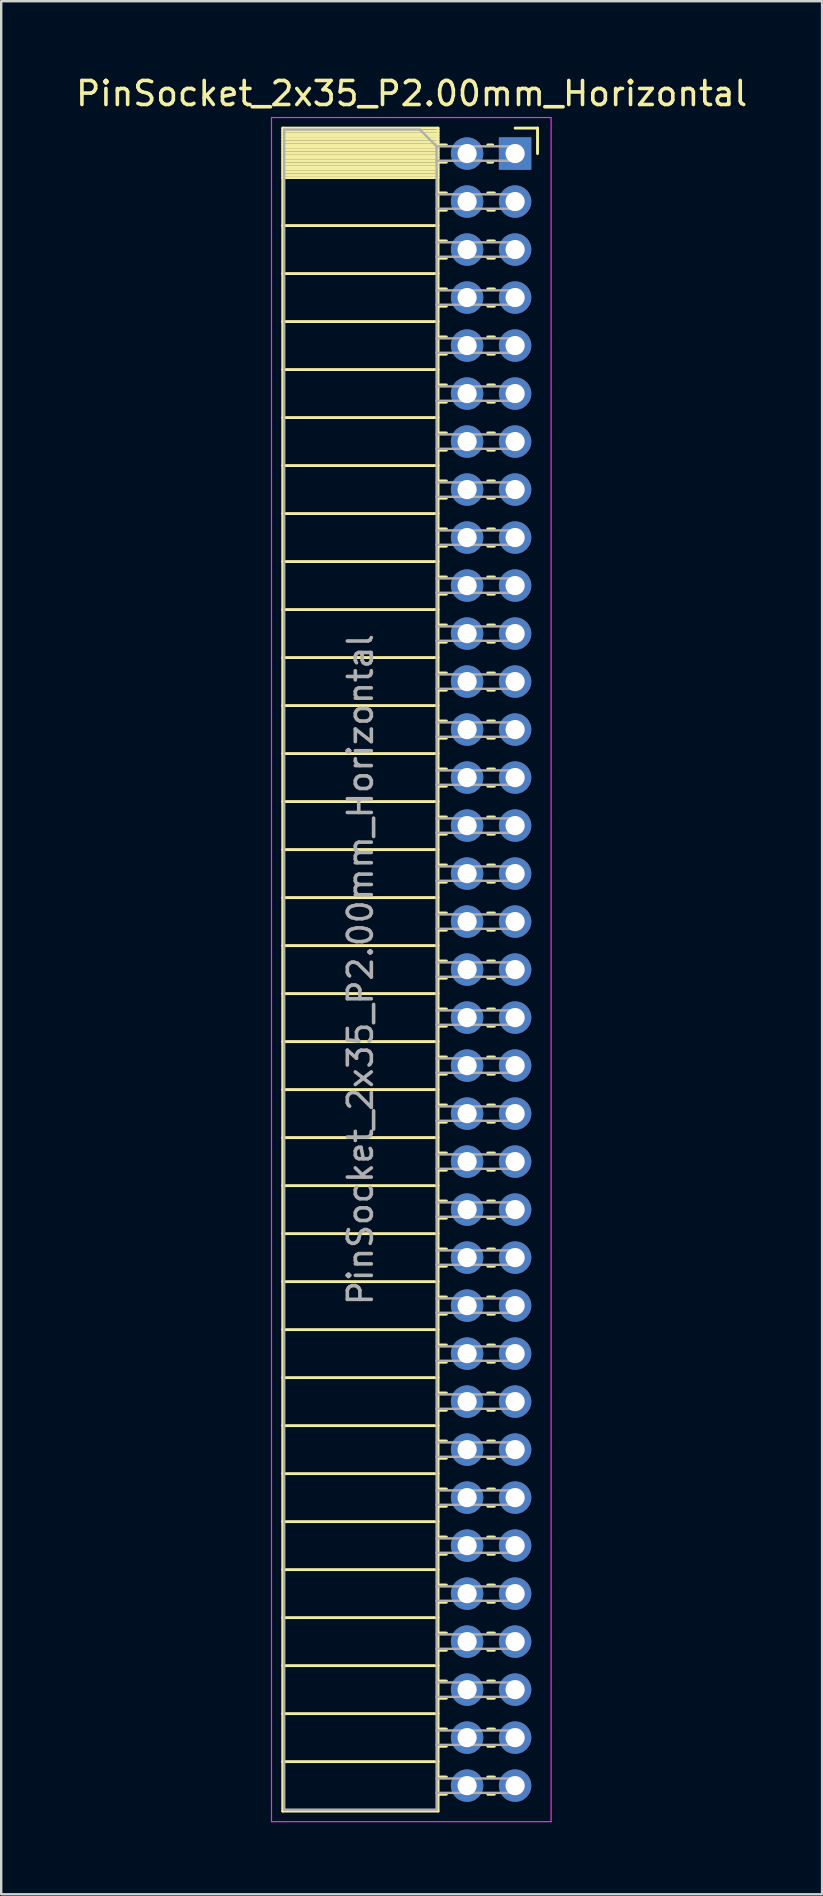
<source format=kicad_pcb>
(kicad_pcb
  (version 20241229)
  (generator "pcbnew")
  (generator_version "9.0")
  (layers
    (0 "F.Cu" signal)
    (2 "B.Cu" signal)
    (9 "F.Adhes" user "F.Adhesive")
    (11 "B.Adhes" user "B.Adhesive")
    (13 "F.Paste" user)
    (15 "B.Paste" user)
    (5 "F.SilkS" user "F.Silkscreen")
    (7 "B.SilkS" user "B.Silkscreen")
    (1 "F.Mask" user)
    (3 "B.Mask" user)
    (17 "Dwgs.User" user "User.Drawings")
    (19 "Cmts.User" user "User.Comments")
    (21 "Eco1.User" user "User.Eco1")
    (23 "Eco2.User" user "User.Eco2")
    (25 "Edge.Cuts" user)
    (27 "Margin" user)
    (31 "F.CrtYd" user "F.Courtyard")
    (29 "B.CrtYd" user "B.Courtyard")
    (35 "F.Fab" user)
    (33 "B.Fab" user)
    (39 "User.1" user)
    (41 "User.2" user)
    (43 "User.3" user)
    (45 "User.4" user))
  (footprint "PinSocket_2x35_P2.00mm_Horizontal"
    (layer "F.Cu")
    (at 18.411 3.348)
    (property "Reference" "PinSocket_2x35_P2.00mm_Horizontal" (at -4.31 -2.5 0) (layer "F.SilkS") (effects (font (size 1 1) (thickness 0.15))))
    (attr through_hole)
    (fp_line (start -9.68 -1.06) (end -9.68 69.06) (stroke (width 0.12) (type solid)) (layer "F.SilkS"))
    (fp_line (start -9.68 -1.06) (end -3.21 -1.06) (stroke (width 0.12) (type solid)) (layer "F.SilkS"))
    (fp_line (start -9.68 -0.94) (end -3.21 -0.94) (stroke (width 0.12) (type solid)) (layer "F.SilkS"))
    (fp_line (start -9.68 -0.826) (end -3.21 -0.826) (stroke (width 0.12) (type solid)) (layer "F.SilkS"))
    (fp_line (start -9.68 -0.712) (end -3.21 -0.712) (stroke (width 0.12) (type solid)) (layer "F.SilkS"))
    (fp_line (start -9.68 -0.598) (end -3.21 -0.598) (stroke (width 0.12) (type solid)) (layer "F.SilkS"))
    (fp_line (start -9.68 -0.484) (end -3.21 -0.484) (stroke (width 0.12) (type solid)) (layer "F.SilkS"))
    (fp_line (start -9.68 -0.369) (end -3.21 -0.369) (stroke (width 0.12) (type solid)) (layer "F.SilkS"))
    (fp_line (start -9.68 -0.255) (end -3.21 -0.255) (stroke (width 0.12) (type solid)) (layer "F.SilkS"))
    (fp_line (start -9.68 -0.141) (end -3.21 -0.141) (stroke (width 0.12) (type solid)) (layer "F.SilkS"))
    (fp_line (start -9.68 -0.027) (end -3.21 -0.027) (stroke (width 0.12) (type solid)) (layer "F.SilkS"))
    (fp_line (start -9.68 0.087) (end -3.21 0.087) (stroke (width 0.12) (type solid)) (layer "F.SilkS"))
    (fp_line (start -9.68 0.201) (end -3.21 0.201) (stroke (width 0.12) (type solid)) (layer "F.SilkS"))
    (fp_line (start -9.68 0.315) (end -3.21 0.315) (stroke (width 0.12) (type solid)) (layer "F.SilkS"))
    (fp_line (start -9.68 0.429) (end -3.21 0.429) (stroke (width 0.12) (type solid)) (layer "F.SilkS"))
    (fp_line (start -9.68 0.544) (end -3.21 0.544) (stroke (width 0.12) (type solid)) (layer "F.SilkS"))
    (fp_line (start -9.68 0.658) (end -3.21 0.658) (stroke (width 0.12) (type solid)) (layer "F.SilkS"))
    (fp_line (start -9.68 0.772) (end -3.21 0.772) (stroke (width 0.12) (type solid)) (layer "F.SilkS"))
    (fp_line (start -9.68 0.886) (end -3.21 0.886) (stroke (width 0.12) (type solid)) (layer "F.SilkS"))
    (fp_line (start -9.68 1) (end -3.21 1) (stroke (width 0.12) (type solid)) (layer "F.SilkS"))
    (fp_line (start -9.68 3) (end -3.21 3) (stroke (width 0.12) (type solid)) (layer "F.SilkS"))
    (fp_line (start -9.68 5) (end -3.21 5) (stroke (width 0.12) (type solid)) (layer "F.SilkS"))
    (fp_line (start -9.68 7) (end -3.21 7) (stroke (width 0.12) (type solid)) (layer "F.SilkS"))
    (fp_line (start -9.68 9) (end -3.21 9) (stroke (width 0.12) (type solid)) (layer "F.SilkS"))
    (fp_line (start -9.68 11) (end -3.21 11) (stroke (width 0.12) (type solid)) (layer "F.SilkS"))
    (fp_line (start -9.68 13) (end -3.21 13) (stroke (width 0.12) (type solid)) (layer "F.SilkS"))
    (fp_line (start -9.68 15) (end -3.21 15) (stroke (width 0.12) (type solid)) (layer "F.SilkS"))
    (fp_line (start -9.68 17) (end -3.21 17) (stroke (width 0.12) (type solid)) (layer "F.SilkS"))
    (fp_line (start -9.68 19) (end -3.21 19) (stroke (width 0.12) (type solid)) (layer "F.SilkS"))
    (fp_line (start -9.68 21) (end -3.21 21) (stroke (width 0.12) (type solid)) (layer "F.SilkS"))
    (fp_line (start -9.68 23) (end -3.21 23) (stroke (width 0.12) (type solid)) (layer "F.SilkS"))
    (fp_line (start -9.68 25) (end -3.21 25) (stroke (width 0.12) (type solid)) (layer "F.SilkS"))
    (fp_line (start -9.68 27) (end -3.21 27) (stroke (width 0.12) (type solid)) (layer "F.SilkS"))
    (fp_line (start -9.68 29) (end -3.21 29) (stroke (width 0.12) (type solid)) (layer "F.SilkS"))
    (fp_line (start -9.68 31) (end -3.21 31) (stroke (width 0.12) (type solid)) (layer "F.SilkS"))
    (fp_line (start -9.68 33) (end -3.21 33) (stroke (width 0.12) (type solid)) (layer "F.SilkS"))
    (fp_line (start -9.68 35) (end -3.21 35) (stroke (width 0.12) (type solid)) (layer "F.SilkS"))
    (fp_line (start -9.68 37) (end -3.21 37) (stroke (width 0.12) (type solid)) (layer "F.SilkS"))
    (fp_line (start -9.68 39) (end -3.21 39) (stroke (width 0.12) (type solid)) (layer "F.SilkS"))
    (fp_line (start -9.68 41) (end -3.21 41) (stroke (width 0.12) (type solid)) (layer "F.SilkS"))
    (fp_line (start -9.68 43) (end -3.21 43) (stroke (width 0.12) (type solid)) (layer "F.SilkS"))
    (fp_line (start -9.68 45) (end -3.21 45) (stroke (width 0.12) (type solid)) (layer "F.SilkS"))
    (fp_line (start -9.68 47) (end -3.21 47) (stroke (width 0.12) (type solid)) (layer "F.SilkS"))
    (fp_line (start -9.68 49) (end -3.21 49) (stroke (width 0.12) (type solid)) (layer "F.SilkS"))
    (fp_line (start -9.68 51) (end -3.21 51) (stroke (width 0.12) (type solid)) (layer "F.SilkS"))
    (fp_line (start -9.68 53) (end -3.21 53) (stroke (width 0.12) (type solid)) (layer "F.SilkS"))
    (fp_line (start -9.68 55) (end -3.21 55) (stroke (width 0.12) (type solid)) (layer "F.SilkS"))
    (fp_line (start -9.68 57) (end -3.21 57) (stroke (width 0.12) (type solid)) (layer "F.SilkS"))
    (fp_line (start -9.68 59) (end -3.21 59) (stroke (width 0.12) (type solid)) (layer "F.SilkS"))
    (fp_line (start -9.68 61) (end -3.21 61) (stroke (width 0.12) (type solid)) (layer "F.SilkS"))
    (fp_line (start -9.68 63) (end -3.21 63) (stroke (width 0.12) (type solid)) (layer "F.SilkS"))
    (fp_line (start -9.68 65) (end -3.21 65) (stroke (width 0.12) (type solid)) (layer "F.SilkS"))
    (fp_line (start -9.68 67) (end -3.21 67) (stroke (width 0.12) (type solid)) (layer "F.SilkS"))
    (fp_line (start -9.68 69.06) (end -3.21 69.06) (stroke (width 0.12) (type solid)) (layer "F.SilkS"))
    (fp_line (start -3.21 -1.06) (end -3.21 69.06) (stroke (width 0.12) (type solid)) (layer "F.SilkS"))
    (fp_line (start -3.21 -0.36) (end -2.863 -0.36) (stroke (width 0.12) (type solid)) (layer "F.SilkS"))
    (fp_line (start -3.21 0.36) (end -2.863 0.36) (stroke (width 0.12) (type solid)) (layer "F.SilkS"))
    (fp_line (start -3.21 1.64) (end -2.863 1.64) (stroke (width 0.12) (type solid)) (layer "F.SilkS"))
    (fp_line (start -3.21 2.36) (end -2.863 2.36) (stroke (width 0.12) (type solid)) (layer "F.SilkS"))
    (fp_line (start -3.21 3.64) (end -2.863 3.64) (stroke (width 0.12) (type solid)) (layer "F.SilkS"))
    (fp_line (start -3.21 4.36) (end -2.863 4.36) (stroke (width 0.12) (type solid)) (layer "F.SilkS"))
    (fp_line (start -3.21 5.64) (end -2.863 5.64) (stroke (width 0.12) (type solid)) (layer "F.SilkS"))
    (fp_line (start -3.21 6.36) (end -2.863 6.36) (stroke (width 0.12) (type solid)) (layer "F.SilkS"))
    (fp_line (start -3.21 7.64) (end -2.863 7.64) (stroke (width 0.12) (type solid)) (layer "F.SilkS"))
    (fp_line (start -3.21 8.36) (end -2.863 8.36) (stroke (width 0.12) (type solid)) (layer "F.SilkS"))
    (fp_line (start -3.21 9.64) (end -2.863 9.64) (stroke (width 0.12) (type solid)) (layer "F.SilkS"))
    (fp_line (start -3.21 10.36) (end -2.863 10.36) (stroke (width 0.12) (type solid)) (layer "F.SilkS"))
    (fp_line (start -3.21 11.64) (end -2.863 11.64) (stroke (width 0.12) (type solid)) (layer "F.SilkS"))
    (fp_line (start -3.21 12.36) (end -2.863 12.36) (stroke (width 0.12) (type solid)) (layer "F.SilkS"))
    (fp_line (start -3.21 13.64) (end -2.863 13.64) (stroke (width 0.12) (type solid)) (layer "F.SilkS"))
    (fp_line (start -3.21 14.36) (end -2.863 14.36) (stroke (width 0.12) (type solid)) (layer "F.SilkS"))
    (fp_line (start -3.21 15.64) (end -2.863 15.64) (stroke (width 0.12) (type solid)) (layer "F.SilkS"))
    (fp_line (start -3.21 16.36) (end -2.863 16.36) (stroke (width 0.12) (type solid)) (layer "F.SilkS"))
    (fp_line (start -3.21 17.64) (end -2.863 17.64) (stroke (width 0.12) (type solid)) (layer "F.SilkS"))
    (fp_line (start -3.21 18.36) (end -2.863 18.36) (stroke (width 0.12) (type solid)) (layer "F.SilkS"))
    (fp_line (start -3.21 19.64) (end -2.863 19.64) (stroke (width 0.12) (type solid)) (layer "F.SilkS"))
    (fp_line (start -3.21 20.36) (end -2.863 20.36) (stroke (width 0.12) (type solid)) (layer "F.SilkS"))
    (fp_line (start -3.21 21.64) (end -2.863 21.64) (stroke (width 0.12) (type solid)) (layer "F.SilkS"))
    (fp_line (start -3.21 22.36) (end -2.863 22.36) (stroke (width 0.12) (type solid)) (layer "F.SilkS"))
    (fp_line (start -3.21 23.64) (end -2.863 23.64) (stroke (width 0.12) (type solid)) (layer "F.SilkS"))
    (fp_line (start -3.21 24.36) (end -2.863 24.36) (stroke (width 0.12) (type solid)) (layer "F.SilkS"))
    (fp_line (start -3.21 25.64) (end -2.863 25.64) (stroke (width 0.12) (type solid)) (layer "F.SilkS"))
    (fp_line (start -3.21 26.36) (end -2.863 26.36) (stroke (width 0.12) (type solid)) (layer "F.SilkS"))
    (fp_line (start -3.21 27.64) (end -2.863 27.64) (stroke (width 0.12) (type solid)) (layer "F.SilkS"))
    (fp_line (start -3.21 28.36) (end -2.863 28.36) (stroke (width 0.12) (type solid)) (layer "F.SilkS"))
    (fp_line (start -3.21 29.64) (end -2.863 29.64) (stroke (width 0.12) (type solid)) (layer "F.SilkS"))
    (fp_line (start -3.21 30.36) (end -2.863 30.36) (stroke (width 0.12) (type solid)) (layer "F.SilkS"))
    (fp_line (start -3.21 31.64) (end -2.863 31.64) (stroke (width 0.12) (type solid)) (layer "F.SilkS"))
    (fp_line (start -3.21 32.36) (end -2.863 32.36) (stroke (width 0.12) (type solid)) (layer "F.SilkS"))
    (fp_line (start -3.21 33.64) (end -2.863 33.64) (stroke (width 0.12) (type solid)) (layer "F.SilkS"))
    (fp_line (start -3.21 34.36) (end -2.863 34.36) (stroke (width 0.12) (type solid)) (layer "F.SilkS"))
    (fp_line (start -3.21 35.64) (end -2.863 35.64) (stroke (width 0.12) (type solid)) (layer "F.SilkS"))
    (fp_line (start -3.21 36.36) (end -2.863 36.36) (stroke (width 0.12) (type solid)) (layer "F.SilkS"))
    (fp_line (start -3.21 37.64) (end -2.863 37.64) (stroke (width 0.12) (type solid)) (layer "F.SilkS"))
    (fp_line (start -3.21 38.36) (end -2.863 38.36) (stroke (width 0.12) (type solid)) (layer "F.SilkS"))
    (fp_line (start -3.21 39.64) (end -2.863 39.64) (stroke (width 0.12) (type solid)) (layer "F.SilkS"))
    (fp_line (start -3.21 40.36) (end -2.863 40.36) (stroke (width 0.12) (type solid)) (layer "F.SilkS"))
    (fp_line (start -3.21 41.64) (end -2.863 41.64) (stroke (width 0.12) (type solid)) (layer "F.SilkS"))
    (fp_line (start -3.21 42.36) (end -2.863 42.36) (stroke (width 0.12) (type solid)) (layer "F.SilkS"))
    (fp_line (start -3.21 43.64) (end -2.863 43.64) (stroke (width 0.12) (type solid)) (layer "F.SilkS"))
    (fp_line (start -3.21 44.36) (end -2.863 44.36) (stroke (width 0.12) (type solid)) (layer "F.SilkS"))
    (fp_line (start -3.21 45.64) (end -2.863 45.64) (stroke (width 0.12) (type solid)) (layer "F.SilkS"))
    (fp_line (start -3.21 46.36) (end -2.863 46.36) (stroke (width 0.12) (type solid)) (layer "F.SilkS"))
    (fp_line (start -3.21 47.64) (end -2.863 47.64) (stroke (width 0.12) (type solid)) (layer "F.SilkS"))
    (fp_line (start -3.21 48.36) (end -2.863 48.36) (stroke (width 0.12) (type solid)) (layer "F.SilkS"))
    (fp_line (start -3.21 49.64) (end -2.863 49.64) (stroke (width 0.12) (type solid)) (layer "F.SilkS"))
    (fp_line (start -3.21 50.36) (end -2.863 50.36) (stroke (width 0.12) (type solid)) (layer "F.SilkS"))
    (fp_line (start -3.21 51.64) (end -2.863 51.64) (stroke (width 0.12) (type solid)) (layer "F.SilkS"))
    (fp_line (start -3.21 52.36) (end -2.863 52.36) (stroke (width 0.12) (type solid)) (layer "F.SilkS"))
    (fp_line (start -3.21 53.64) (end -2.863 53.64) (stroke (width 0.12) (type solid)) (layer "F.SilkS"))
    (fp_line (start -3.21 54.36) (end -2.863 54.36) (stroke (width 0.12) (type solid)) (layer "F.SilkS"))
    (fp_line (start -3.21 55.64) (end -2.863 55.64) (stroke (width 0.12) (type solid)) (layer "F.SilkS"))
    (fp_line (start -3.21 56.36) (end -2.863 56.36) (stroke (width 0.12) (type solid)) (layer "F.SilkS"))
    (fp_line (start -3.21 57.64) (end -2.863 57.64) (stroke (width 0.12) (type solid)) (layer "F.SilkS"))
    (fp_line (start -3.21 58.36) (end -2.863 58.36) (stroke (width 0.12) (type solid)) (layer "F.SilkS"))
    (fp_line (start -3.21 59.64) (end -2.863 59.64) (stroke (width 0.12) (type solid)) (layer "F.SilkS"))
    (fp_line (start -3.21 60.36) (end -2.863 60.36) (stroke (width 0.12) (type solid)) (layer "F.SilkS"))
    (fp_line (start -3.21 61.64) (end -2.863 61.64) (stroke (width 0.12) (type solid)) (layer "F.SilkS"))
    (fp_line (start -3.21 62.36) (end -2.863 62.36) (stroke (width 0.12) (type solid)) (layer "F.SilkS"))
    (fp_line (start -3.21 63.64) (end -2.863 63.64) (stroke (width 0.12) (type solid)) (layer "F.SilkS"))
    (fp_line (start -3.21 64.36) (end -2.863 64.36) (stroke (width 0.12) (type solid)) (layer "F.SilkS"))
    (fp_line (start -3.21 65.64) (end -2.863 65.64) (stroke (width 0.12) (type solid)) (layer "F.SilkS"))
    (fp_line (start -3.21 66.36) (end -2.863 66.36) (stroke (width 0.12) (type solid)) (layer "F.SilkS"))
    (fp_line (start -3.21 67.64) (end -2.863 67.64) (stroke (width 0.12) (type solid)) (layer "F.SilkS"))
    (fp_line (start -3.21 68.36) (end -2.863 68.36) (stroke (width 0.12) (type solid)) (layer "F.SilkS"))
    (fp_line (start -1.137 -0.36) (end -0.935 -0.36) (stroke (width 0.12) (type solid)) (layer "F.SilkS"))
    (fp_line (start -1.137 0.36) (end -0.935 0.36) (stroke (width 0.12) (type solid)) (layer "F.SilkS"))
    (fp_line (start -1.137 1.64) (end -0.863 1.64) (stroke (width 0.12) (type solid)) (layer "F.SilkS"))
    (fp_line (start -1.137 2.36) (end -0.863 2.36) (stroke (width 0.12) (type solid)) (layer "F.SilkS"))
    (fp_line (start -1.137 3.64) (end -0.863 3.64) (stroke (width 0.12) (type solid)) (layer "F.SilkS"))
    (fp_line (start -1.137 4.36) (end -0.863 4.36) (stroke (width 0.12) (type solid)) (layer "F.SilkS"))
    (fp_line (start -1.137 5.64) (end -0.863 5.64) (stroke (width 0.12) (type solid)) (layer "F.SilkS"))
    (fp_line (start -1.137 6.36) (end -0.863 6.36) (stroke (width 0.12) (type solid)) (layer "F.SilkS"))
    (fp_line (start -1.137 7.64) (end -0.863 7.64) (stroke (width 0.12) (type solid)) (layer "F.SilkS"))
    (fp_line (start -1.137 8.36) (end -0.863 8.36) (stroke (width 0.12) (type solid)) (layer "F.SilkS"))
    (fp_line (start -1.137 9.64) (end -0.863 9.64) (stroke (width 0.12) (type solid)) (layer "F.SilkS"))
    (fp_line (start -1.137 10.36) (end -0.863 10.36) (stroke (width 0.12) (type solid)) (layer "F.SilkS"))
    (fp_line (start -1.137 11.64) (end -0.863 11.64) (stroke (width 0.12) (type solid)) (layer "F.SilkS"))
    (fp_line (start -1.137 12.36) (end -0.863 12.36) (stroke (width 0.12) (type solid)) (layer "F.SilkS"))
    (fp_line (start -1.137 13.64) (end -0.863 13.64) (stroke (width 0.12) (type solid)) (layer "F.SilkS"))
    (fp_line (start -1.137 14.36) (end -0.863 14.36) (stroke (width 0.12) (type solid)) (layer "F.SilkS"))
    (fp_line (start -1.137 15.64) (end -0.863 15.64) (stroke (width 0.12) (type solid)) (layer "F.SilkS"))
    (fp_line (start -1.137 16.36) (end -0.863 16.36) (stroke (width 0.12) (type solid)) (layer "F.SilkS"))
    (fp_line (start -1.137 17.64) (end -0.863 17.64) (stroke (width 0.12) (type solid)) (layer "F.SilkS"))
    (fp_line (start -1.137 18.36) (end -0.863 18.36) (stroke (width 0.12) (type solid)) (layer "F.SilkS"))
    (fp_line (start -1.137 19.64) (end -0.863 19.64) (stroke (width 0.12) (type solid)) (layer "F.SilkS"))
    (fp_line (start -1.137 20.36) (end -0.863 20.36) (stroke (width 0.12) (type solid)) (layer "F.SilkS"))
    (fp_line (start -1.137 21.64) (end -0.863 21.64) (stroke (width 0.12) (type solid)) (layer "F.SilkS"))
    (fp_line (start -1.137 22.36) (end -0.863 22.36) (stroke (width 0.12) (type solid)) (layer "F.SilkS"))
    (fp_line (start -1.137 23.64) (end -0.863 23.64) (stroke (width 0.12) (type solid)) (layer "F.SilkS"))
    (fp_line (start -1.137 24.36) (end -0.863 24.36) (stroke (width 0.12) (type solid)) (layer "F.SilkS"))
    (fp_line (start -1.137 25.64) (end -0.863 25.64) (stroke (width 0.12) (type solid)) (layer "F.SilkS"))
    (fp_line (start -1.137 26.36) (end -0.863 26.36) (stroke (width 0.12) (type solid)) (layer "F.SilkS"))
    (fp_line (start -1.137 27.64) (end -0.863 27.64) (stroke (width 0.12) (type solid)) (layer "F.SilkS"))
    (fp_line (start -1.137 28.36) (end -0.863 28.36) (stroke (width 0.12) (type solid)) (layer "F.SilkS"))
    (fp_line (start -1.137 29.64) (end -0.863 29.64) (stroke (width 0.12) (type solid)) (layer "F.SilkS"))
    (fp_line (start -1.137 30.36) (end -0.863 30.36) (stroke (width 0.12) (type solid)) (layer "F.SilkS"))
    (fp_line (start -1.137 31.64) (end -0.863 31.64) (stroke (width 0.12) (type solid)) (layer "F.SilkS"))
    (fp_line (start -1.137 32.36) (end -0.863 32.36) (stroke (width 0.12) (type solid)) (layer "F.SilkS"))
    (fp_line (start -1.137 33.64) (end -0.863 33.64) (stroke (width 0.12) (type solid)) (layer "F.SilkS"))
    (fp_line (start -1.137 34.36) (end -0.863 34.36) (stroke (width 0.12) (type solid)) (layer "F.SilkS"))
    (fp_line (start -1.137 35.64) (end -0.863 35.64) (stroke (width 0.12) (type solid)) (layer "F.SilkS"))
    (fp_line (start -1.137 36.36) (end -0.863 36.36) (stroke (width 0.12) (type solid)) (layer "F.SilkS"))
    (fp_line (start -1.137 37.64) (end -0.863 37.64) (stroke (width 0.12) (type solid)) (layer "F.SilkS"))
    (fp_line (start -1.137 38.36) (end -0.863 38.36) (stroke (width 0.12) (type solid)) (layer "F.SilkS"))
    (fp_line (start -1.137 39.64) (end -0.863 39.64) (stroke (width 0.12) (type solid)) (layer "F.SilkS"))
    (fp_line (start -1.137 40.36) (end -0.863 40.36) (stroke (width 0.12) (type solid)) (layer "F.SilkS"))
    (fp_line (start -1.137 41.64) (end -0.863 41.64) (stroke (width 0.12) (type solid)) (layer "F.SilkS"))
    (fp_line (start -1.137 42.36) (end -0.863 42.36) (stroke (width 0.12) (type solid)) (layer "F.SilkS"))
    (fp_line (start -1.137 43.64) (end -0.863 43.64) (stroke (width 0.12) (type solid)) (layer "F.SilkS"))
    (fp_line (start -1.137 44.36) (end -0.863 44.36) (stroke (width 0.12) (type solid)) (layer "F.SilkS"))
    (fp_line (start -1.137 45.64) (end -0.863 45.64) (stroke (width 0.12) (type solid)) (layer "F.SilkS"))
    (fp_line (start -1.137 46.36) (end -0.863 46.36) (stroke (width 0.12) (type solid)) (layer "F.SilkS"))
    (fp_line (start -1.137 47.64) (end -0.863 47.64) (stroke (width 0.12) (type solid)) (layer "F.SilkS"))
    (fp_line (start -1.137 48.36) (end -0.863 48.36) (stroke (width 0.12) (type solid)) (layer "F.SilkS"))
    (fp_line (start -1.137 49.64) (end -0.863 49.64) (stroke (width 0.12) (type solid)) (layer "F.SilkS"))
    (fp_line (start -1.137 50.36) (end -0.863 50.36) (stroke (width 0.12) (type solid)) (layer "F.SilkS"))
    (fp_line (start -1.137 51.64) (end -0.863 51.64) (stroke (width 0.12) (type solid)) (layer "F.SilkS"))
    (fp_line (start -1.137 52.36) (end -0.863 52.36) (stroke (width 0.12) (type solid)) (layer "F.SilkS"))
    (fp_line (start -1.137 53.64) (end -0.863 53.64) (stroke (width 0.12) (type solid)) (layer "F.SilkS"))
    (fp_line (start -1.137 54.36) (end -0.863 54.36) (stroke (width 0.12) (type solid)) (layer "F.SilkS"))
    (fp_line (start -1.137 55.64) (end -0.863 55.64) (stroke (width 0.12) (type solid)) (layer "F.SilkS"))
    (fp_line (start -1.137 56.36) (end -0.863 56.36) (stroke (width 0.12) (type solid)) (layer "F.SilkS"))
    (fp_line (start -1.137 57.64) (end -0.863 57.64) (stroke (width 0.12) (type solid)) (layer "F.SilkS"))
    (fp_line (start -1.137 58.36) (end -0.863 58.36) (stroke (width 0.12) (type solid)) (layer "F.SilkS"))
    (fp_line (start -1.137 59.64) (end -0.863 59.64) (stroke (width 0.12) (type solid)) (layer "F.SilkS"))
    (fp_line (start -1.137 60.36) (end -0.863 60.36) (stroke (width 0.12) (type solid)) (layer "F.SilkS"))
    (fp_line (start -1.137 61.64) (end -0.863 61.64) (stroke (width 0.12) (type solid)) (layer "F.SilkS"))
    (fp_line (start -1.137 62.36) (end -0.863 62.36) (stroke (width 0.12) (type solid)) (layer "F.SilkS"))
    (fp_line (start -1.137 63.64) (end -0.863 63.64) (stroke (width 0.12) (type solid)) (layer "F.SilkS"))
    (fp_line (start -1.137 64.36) (end -0.863 64.36) (stroke (width 0.12) (type solid)) (layer "F.SilkS"))
    (fp_line (start -1.137 65.64) (end -0.863 65.64) (stroke (width 0.12) (type solid)) (layer "F.SilkS"))
    (fp_line (start -1.137 66.36) (end -0.863 66.36) (stroke (width 0.12) (type solid)) (layer "F.SilkS"))
    (fp_line (start -1.137 67.64) (end -0.863 67.64) (stroke (width 0.12) (type solid)) (layer "F.SilkS"))
    (fp_line (start -1.137 68.36) (end -0.863 68.36) (stroke (width 0.12) (type solid)) (layer "F.SilkS"))
    (fp_line (start 0 -1.06) (end 0.935 -1.06) (stroke (width 0.12) (type solid)) (layer "F.SilkS"))
    (fp_line (start 0.935 -1.06) (end 0.935 0) (stroke (width 0.12) (type solid)) (layer "F.SilkS"))
    (fp_line (start -10.15 -1.5) (end -10.15 69.5) (stroke (width 0.05) (type solid)) (layer "F.CrtYd"))
    (fp_line (start -10.15 69.5) (end 1.5 69.5) (stroke (width 0.05) (type solid)) (layer "F.CrtYd"))
    (fp_line (start 1.5 -1.5) (end -10.15 -1.5) (stroke (width 0.05) (type solid)) (layer "F.CrtYd"))
    (fp_line (start 1.5 69.5) (end 1.5 -1.5) (stroke (width 0.05) (type solid)) (layer "F.CrtYd"))
    (fp_line (start -9.62 -1) (end -3.97 -1) (stroke (width 0.1) (type solid)) (layer "F.Fab"))
    (fp_line (start -9.62 69) (end -9.62 -1) (stroke (width 0.1) (type solid)) (layer "F.Fab"))
    (fp_line (start -3.97 -1) (end -3.27 -0.3) (stroke (width 0.1) (type solid)) (layer "F.Fab"))
    (fp_line (start -3.27 -0.3) (end -3.27 69) (stroke (width 0.1) (type solid)) (layer "F.Fab"))
    (fp_line (start -3.27 0.3) (end 0 0.3) (stroke (width 0.1) (type solid)) (layer "F.Fab"))
    (fp_line (start -3.27 2.3) (end 0 2.3) (stroke (width 0.1) (type solid)) (layer "F.Fab"))
    (fp_line (start -3.27 4.3) (end 0 4.3) (stroke (width 0.1) (type solid)) (layer "F.Fab"))
    (fp_line (start -3.27 6.3) (end 0 6.3) (stroke (width 0.1) (type solid)) (layer "F.Fab"))
    (fp_line (start -3.27 8.3) (end 0 8.3) (stroke (width 0.1) (type solid)) (layer "F.Fab"))
    (fp_line (start -3.27 10.3) (end 0 10.3) (stroke (width 0.1) (type solid)) (layer "F.Fab"))
    (fp_line (start -3.27 12.3) (end 0 12.3) (stroke (width 0.1) (type solid)) (layer "F.Fab"))
    (fp_line (start -3.27 14.3) (end 0 14.3) (stroke (width 0.1) (type solid)) (layer "F.Fab"))
    (fp_line (start -3.27 16.3) (end 0 16.3) (stroke (width 0.1) (type solid)) (layer "F.Fab"))
    (fp_line (start -3.27 18.3) (end 0 18.3) (stroke (width 0.1) (type solid)) (layer "F.Fab"))
    (fp_line (start -3.27 20.3) (end 0 20.3) (stroke (width 0.1) (type solid)) (layer "F.Fab"))
    (fp_line (start -3.27 22.3) (end 0 22.3) (stroke (width 0.1) (type solid)) (layer "F.Fab"))
    (fp_line (start -3.27 24.3) (end 0 24.3) (stroke (width 0.1) (type solid)) (layer "F.Fab"))
    (fp_line (start -3.27 26.3) (end 0 26.3) (stroke (width 0.1) (type solid)) (layer "F.Fab"))
    (fp_line (start -3.27 28.3) (end 0 28.3) (stroke (width 0.1) (type solid)) (layer "F.Fab"))
    (fp_line (start -3.27 30.3) (end 0 30.3) (stroke (width 0.1) (type solid)) (layer "F.Fab"))
    (fp_line (start -3.27 32.3) (end 0 32.3) (stroke (width 0.1) (type solid)) (layer "F.Fab"))
    (fp_line (start -3.27 34.3) (end 0 34.3) (stroke (width 0.1) (type solid)) (layer "F.Fab"))
    (fp_line (start -3.27 36.3) (end 0 36.3) (stroke (width 0.1) (type solid)) (layer "F.Fab"))
    (fp_line (start -3.27 38.3) (end 0 38.3) (stroke (width 0.1) (type solid)) (layer "F.Fab"))
    (fp_line (start -3.27 40.3) (end 0 40.3) (stroke (width 0.1) (type solid)) (layer "F.Fab"))
    (fp_line (start -3.27 42.3) (end 0 42.3) (stroke (width 0.1) (type solid)) (layer "F.Fab"))
    (fp_line (start -3.27 44.3) (end 0 44.3) (stroke (width 0.1) (type solid)) (layer "F.Fab"))
    (fp_line (start -3.27 46.3) (end 0 46.3) (stroke (width 0.1) (type solid)) (layer "F.Fab"))
    (fp_line (start -3.27 48.3) (end 0 48.3) (stroke (width 0.1) (type solid)) (layer "F.Fab"))
    (fp_line (start -3.27 50.3) (end 0 50.3) (stroke (width 0.1) (type solid)) (layer "F.Fab"))
    (fp_line (start -3.27 52.3) (end 0 52.3) (stroke (width 0.1) (type solid)) (layer "F.Fab"))
    (fp_line (start -3.27 54.3) (end 0 54.3) (stroke (width 0.1) (type solid)) (layer "F.Fab"))
    (fp_line (start -3.27 56.3) (end 0 56.3) (stroke (width 0.1) (type solid)) (layer "F.Fab"))
    (fp_line (start -3.27 58.3) (end 0 58.3) (stroke (width 0.1) (type solid)) (layer "F.Fab"))
    (fp_line (start -3.27 60.3) (end 0 60.3) (stroke (width 0.1) (type solid)) (layer "F.Fab"))
    (fp_line (start -3.27 62.3) (end 0 62.3) (stroke (width 0.1) (type solid)) (layer "F.Fab"))
    (fp_line (start -3.27 64.3) (end 0 64.3) (stroke (width 0.1) (type solid)) (layer "F.Fab"))
    (fp_line (start -3.27 66.3) (end 0 66.3) (stroke (width 0.1) (type solid)) (layer "F.Fab"))
    (fp_line (start -3.27 68.3) (end 0 68.3) (stroke (width 0.1) (type solid)) (layer "F.Fab"))
    (fp_line (start -3.27 69) (end -9.62 69) (stroke (width 0.1) (type solid)) (layer "F.Fab"))
    (fp_line (start 0 -0.3) (end -3.27 -0.3) (stroke (width 0.1) (type solid)) (layer "F.Fab"))
    (fp_line (start 0 0.3) (end 0 -0.3) (stroke (width 0.1) (type solid)) (layer "F.Fab"))
    (fp_line (start 0 1.7) (end -3.27 1.7) (stroke (width 0.1) (type solid)) (layer "F.Fab"))
    (fp_line (start 0 2.3) (end 0 1.7) (stroke (width 0.1) (type solid)) (layer "F.Fab"))
    (fp_line (start 0 3.7) (end -3.27 3.7) (stroke (width 0.1) (type solid)) (layer "F.Fab"))
    (fp_line (start 0 4.3) (end 0 3.7) (stroke (width 0.1) (type solid)) (layer "F.Fab"))
    (fp_line (start 0 5.7) (end -3.27 5.7) (stroke (width 0.1) (type solid)) (layer "F.Fab"))
    (fp_line (start 0 6.3) (end 0 5.7) (stroke (width 0.1) (type solid)) (layer "F.Fab"))
    (fp_line (start 0 7.7) (end -3.27 7.7) (stroke (width 0.1) (type solid)) (layer "F.Fab"))
    (fp_line (start 0 8.3) (end 0 7.7) (stroke (width 0.1) (type solid)) (layer "F.Fab"))
    (fp_line (start 0 9.7) (end -3.27 9.7) (stroke (width 0.1) (type solid)) (layer "F.Fab"))
    (fp_line (start 0 10.3) (end 0 9.7) (stroke (width 0.1) (type solid)) (layer "F.Fab"))
    (fp_line (start 0 11.7) (end -3.27 11.7) (stroke (width 0.1) (type solid)) (layer "F.Fab"))
    (fp_line (start 0 12.3) (end 0 11.7) (stroke (width 0.1) (type solid)) (layer "F.Fab"))
    (fp_line (start 0 13.7) (end -3.27 13.7) (stroke (width 0.1) (type solid)) (layer "F.Fab"))
    (fp_line (start 0 14.3) (end 0 13.7) (stroke (width 0.1) (type solid)) (layer "F.Fab"))
    (fp_line (start 0 15.7) (end -3.27 15.7) (stroke (width 0.1) (type solid)) (layer "F.Fab"))
    (fp_line (start 0 16.3) (end 0 15.7) (stroke (width 0.1) (type solid)) (layer "F.Fab"))
    (fp_line (start 0 17.7) (end -3.27 17.7) (stroke (width 0.1) (type solid)) (layer "F.Fab"))
    (fp_line (start 0 18.3) (end 0 17.7) (stroke (width 0.1) (type solid)) (layer "F.Fab"))
    (fp_line (start 0 19.7) (end -3.27 19.7) (stroke (width 0.1) (type solid)) (layer "F.Fab"))
    (fp_line (start 0 20.3) (end 0 19.7) (stroke (width 0.1) (type solid)) (layer "F.Fab"))
    (fp_line (start 0 21.7) (end -3.27 21.7) (stroke (width 0.1) (type solid)) (layer "F.Fab"))
    (fp_line (start 0 22.3) (end 0 21.7) (stroke (width 0.1) (type solid)) (layer "F.Fab"))
    (fp_line (start 0 23.7) (end -3.27 23.7) (stroke (width 0.1) (type solid)) (layer "F.Fab"))
    (fp_line (start 0 24.3) (end 0 23.7) (stroke (width 0.1) (type solid)) (layer "F.Fab"))
    (fp_line (start 0 25.7) (end -3.27 25.7) (stroke (width 0.1) (type solid)) (layer "F.Fab"))
    (fp_line (start 0 26.3) (end 0 25.7) (stroke (width 0.1) (type solid)) (layer "F.Fab"))
    (fp_line (start 0 27.7) (end -3.27 27.7) (stroke (width 0.1) (type solid)) (layer "F.Fab"))
    (fp_line (start 0 28.3) (end 0 27.7) (stroke (width 0.1) (type solid)) (layer "F.Fab"))
    (fp_line (start 0 29.7) (end -3.27 29.7) (stroke (width 0.1) (type solid)) (layer "F.Fab"))
    (fp_line (start 0 30.3) (end 0 29.7) (stroke (width 0.1) (type solid)) (layer "F.Fab"))
    (fp_line (start 0 31.7) (end -3.27 31.7) (stroke (width 0.1) (type solid)) (layer "F.Fab"))
    (fp_line (start 0 32.3) (end 0 31.7) (stroke (width 0.1) (type solid)) (layer "F.Fab"))
    (fp_line (start 0 33.7) (end -3.27 33.7) (stroke (width 0.1) (type solid)) (layer "F.Fab"))
    (fp_line (start 0 34.3) (end 0 33.7) (stroke (width 0.1) (type solid)) (layer "F.Fab"))
    (fp_line (start 0 35.7) (end -3.27 35.7) (stroke (width 0.1) (type solid)) (layer "F.Fab"))
    (fp_line (start 0 36.3) (end 0 35.7) (stroke (width 0.1) (type solid)) (layer "F.Fab"))
    (fp_line (start 0 37.7) (end -3.27 37.7) (stroke (width 0.1) (type solid)) (layer "F.Fab"))
    (fp_line (start 0 38.3) (end 0 37.7) (stroke (width 0.1) (type solid)) (layer "F.Fab"))
    (fp_line (start 0 39.7) (end -3.27 39.7) (stroke (width 0.1) (type solid)) (layer "F.Fab"))
    (fp_line (start 0 40.3) (end 0 39.7) (stroke (width 0.1) (type solid)) (layer "F.Fab"))
    (fp_line (start 0 41.7) (end -3.27 41.7) (stroke (width 0.1) (type solid)) (layer "F.Fab"))
    (fp_line (start 0 42.3) (end 0 41.7) (stroke (width 0.1) (type solid)) (layer "F.Fab"))
    (fp_line (start 0 43.7) (end -3.27 43.7) (stroke (width 0.1) (type solid)) (layer "F.Fab"))
    (fp_line (start 0 44.3) (end 0 43.7) (stroke (width 0.1) (type solid)) (layer "F.Fab"))
    (fp_line (start 0 45.7) (end -3.27 45.7) (stroke (width 0.1) (type solid)) (layer "F.Fab"))
    (fp_line (start 0 46.3) (end 0 45.7) (stroke (width 0.1) (type solid)) (layer "F.Fab"))
    (fp_line (start 0 47.7) (end -3.27 47.7) (stroke (width 0.1) (type solid)) (layer "F.Fab"))
    (fp_line (start 0 48.3) (end 0 47.7) (stroke (width 0.1) (type solid)) (layer "F.Fab"))
    (fp_line (start 0 49.7) (end -3.27 49.7) (stroke (width 0.1) (type solid)) (layer "F.Fab"))
    (fp_line (start 0 50.3) (end 0 49.7) (stroke (width 0.1) (type solid)) (layer "F.Fab"))
    (fp_line (start 0 51.7) (end -3.27 51.7) (stroke (width 0.1) (type solid)) (layer "F.Fab"))
    (fp_line (start 0 52.3) (end 0 51.7) (stroke (width 0.1) (type solid)) (layer "F.Fab"))
    (fp_line (start 0 53.7) (end -3.27 53.7) (stroke (width 0.1) (type solid)) (layer "F.Fab"))
    (fp_line (start 0 54.3) (end 0 53.7) (stroke (width 0.1) (type solid)) (layer "F.Fab"))
    (fp_line (start 0 55.7) (end -3.27 55.7) (stroke (width 0.1) (type solid)) (layer "F.Fab"))
    (fp_line (start 0 56.3) (end 0 55.7) (stroke (width 0.1) (type solid)) (layer "F.Fab"))
    (fp_line (start 0 57.7) (end -3.27 57.7) (stroke (width 0.1) (type solid)) (layer "F.Fab"))
    (fp_line (start 0 58.3) (end 0 57.7) (stroke (width 0.1) (type solid)) (layer "F.Fab"))
    (fp_line (start 0 59.7) (end -3.27 59.7) (stroke (width 0.1) (type solid)) (layer "F.Fab"))
    (fp_line (start 0 60.3) (end 0 59.7) (stroke (width 0.1) (type solid)) (layer "F.Fab"))
    (fp_line (start 0 61.7) (end -3.27 61.7) (stroke (width 0.1) (type solid)) (layer "F.Fab"))
    (fp_line (start 0 62.3) (end 0 61.7) (stroke (width 0.1) (type solid)) (layer "F.Fab"))
    (fp_line (start 0 63.7) (end -3.27 63.7) (stroke (width 0.1) (type solid)) (layer "F.Fab"))
    (fp_line (start 0 64.3) (end 0 63.7) (stroke (width 0.1) (type solid)) (layer "F.Fab"))
    (fp_line (start 0 65.7) (end -3.27 65.7) (stroke (width 0.1) (type solid)) (layer "F.Fab"))
    (fp_line (start 0 66.3) (end 0 65.7) (stroke (width 0.1) (type solid)) (layer "F.Fab"))
    (fp_line (start 0 67.7) (end -3.27 67.7) (stroke (width 0.1) (type solid)) (layer "F.Fab"))
    (fp_line (start 0 68.3) (end 0 67.7) (stroke (width 0.1) (type solid)) (layer "F.Fab"))
    (fp_text user "${REFERENCE}" (at -6.445 34 90) (layer "F.Fab") (effects (font (size 1 1) (thickness 0.15))))
    (pad "1" thru_hole rect (at 0 0) (size 1.35 1.35) (drill 0.8) (layers "*.Cu" "*.Mask"))
    (pad "2" thru_hole oval (at -2 0) (size 1.35 1.35) (drill 0.8) (layers "*.Cu" "*.Mask"))
    (pad "3" thru_hole oval (at 0 2) (size 1.35 1.35) (drill 0.8) (layers "*.Cu" "*.Mask"))
    (pad "4" thru_hole oval (at -2 2) (size 1.35 1.35) (drill 0.8) (layers "*.Cu" "*.Mask"))
    (pad "5" thru_hole oval (at 0 4) (size 1.35 1.35) (drill 0.8) (layers "*.Cu" "*.Mask"))
    (pad "6" thru_hole oval (at -2 4) (size 1.35 1.35) (drill 0.8) (layers "*.Cu" "*.Mask"))
    (pad "7" thru_hole oval (at 0 6) (size 1.35 1.35) (drill 0.8) (layers "*.Cu" "*.Mask"))
    (pad "8" thru_hole oval (at -2 6) (size 1.35 1.35) (drill 0.8) (layers "*.Cu" "*.Mask"))
    (pad "9" thru_hole oval (at 0 8) (size 1.35 1.35) (drill 0.8) (layers "*.Cu" "*.Mask"))
    (pad "10" thru_hole oval (at -2 8) (size 1.35 1.35) (drill 0.8) (layers "*.Cu" "*.Mask"))
    (pad "11" thru_hole oval (at 0 10) (size 1.35 1.35) (drill 0.8) (layers "*.Cu" "*.Mask"))
    (pad "12" thru_hole oval (at -2 10) (size 1.35 1.35) (drill 0.8) (layers "*.Cu" "*.Mask"))
    (pad "13" thru_hole oval (at 0 12) (size 1.35 1.35) (drill 0.8) (layers "*.Cu" "*.Mask"))
    (pad "14" thru_hole oval (at -2 12) (size 1.35 1.35) (drill 0.8) (layers "*.Cu" "*.Mask"))
    (pad "15" thru_hole oval (at 0 14) (size 1.35 1.35) (drill 0.8) (layers "*.Cu" "*.Mask"))
    (pad "16" thru_hole oval (at -2 14) (size 1.35 1.35) (drill 0.8) (layers "*.Cu" "*.Mask"))
    (pad "17" thru_hole oval (at 0 16) (size 1.35 1.35) (drill 0.8) (layers "*.Cu" "*.Mask"))
    (pad "18" thru_hole oval (at -2 16) (size 1.35 1.35) (drill 0.8) (layers "*.Cu" "*.Mask"))
    (pad "19" thru_hole oval (at 0 18) (size 1.35 1.35) (drill 0.8) (layers "*.Cu" "*.Mask"))
    (pad "20" thru_hole oval (at -2 18) (size 1.35 1.35) (drill 0.8) (layers "*.Cu" "*.Mask"))
    (pad "21" thru_hole oval (at 0 20) (size 1.35 1.35) (drill 0.8) (layers "*.Cu" "*.Mask"))
    (pad "22" thru_hole oval (at -2 20) (size 1.35 1.35) (drill 0.8) (layers "*.Cu" "*.Mask"))
    (pad "23" thru_hole oval (at 0 22) (size 1.35 1.35) (drill 0.8) (layers "*.Cu" "*.Mask"))
    (pad "24" thru_hole oval (at -2 22) (size 1.35 1.35) (drill 0.8) (layers "*.Cu" "*.Mask"))
    (pad "25" thru_hole oval (at 0 24) (size 1.35 1.35) (drill 0.8) (layers "*.Cu" "*.Mask"))
    (pad "26" thru_hole oval (at -2 24) (size 1.35 1.35) (drill 0.8) (layers "*.Cu" "*.Mask"))
    (pad "27" thru_hole oval (at 0 26) (size 1.35 1.35) (drill 0.8) (layers "*.Cu" "*.Mask"))
    (pad "28" thru_hole oval (at -2 26) (size 1.35 1.35) (drill 0.8) (layers "*.Cu" "*.Mask"))
    (pad "29" thru_hole oval (at 0 28) (size 1.35 1.35) (drill 0.8) (layers "*.Cu" "*.Mask"))
    (pad "30" thru_hole oval (at -2 28) (size 1.35 1.35) (drill 0.8) (layers "*.Cu" "*.Mask"))
    (pad "31" thru_hole oval (at 0 30) (size 1.35 1.35) (drill 0.8) (layers "*.Cu" "*.Mask"))
    (pad "32" thru_hole oval (at -2 30) (size 1.35 1.35) (drill 0.8) (layers "*.Cu" "*.Mask"))
    (pad "33" thru_hole oval (at 0 32) (size 1.35 1.35) (drill 0.8) (layers "*.Cu" "*.Mask"))
    (pad "34" thru_hole oval (at -2 32) (size 1.35 1.35) (drill 0.8) (layers "*.Cu" "*.Mask"))
    (pad "35" thru_hole oval (at 0 34) (size 1.35 1.35) (drill 0.8) (layers "*.Cu" "*.Mask"))
    (pad "36" thru_hole oval (at -2 34) (size 1.35 1.35) (drill 0.8) (layers "*.Cu" "*.Mask"))
    (pad "37" thru_hole oval (at 0 36) (size 1.35 1.35) (drill 0.8) (layers "*.Cu" "*.Mask"))
    (pad "38" thru_hole oval (at -2 36) (size 1.35 1.35) (drill 0.8) (layers "*.Cu" "*.Mask"))
    (pad "39" thru_hole oval (at 0 38) (size 1.35 1.35) (drill 0.8) (layers "*.Cu" "*.Mask"))
    (pad "40" thru_hole oval (at -2 38) (size 1.35 1.35) (drill 0.8) (layers "*.Cu" "*.Mask"))
    (pad "41" thru_hole oval (at 0 40) (size 1.35 1.35) (drill 0.8) (layers "*.Cu" "*.Mask"))
    (pad "42" thru_hole oval (at -2 40) (size 1.35 1.35) (drill 0.8) (layers "*.Cu" "*.Mask"))
    (pad "43" thru_hole oval (at 0 42) (size 1.35 1.35) (drill 0.8) (layers "*.Cu" "*.Mask"))
    (pad "44" thru_hole oval (at -2 42) (size 1.35 1.35) (drill 0.8) (layers "*.Cu" "*.Mask"))
    (pad "45" thru_hole oval (at 0 44) (size 1.35 1.35) (drill 0.8) (layers "*.Cu" "*.Mask"))
    (pad "46" thru_hole oval (at -2 44) (size 1.35 1.35) (drill 0.8) (layers "*.Cu" "*.Mask"))
    (pad "47" thru_hole oval (at 0 46) (size 1.35 1.35) (drill 0.8) (layers "*.Cu" "*.Mask"))
    (pad "48" thru_hole oval (at -2 46) (size 1.35 1.35) (drill 0.8) (layers "*.Cu" "*.Mask"))
    (pad "49" thru_hole oval (at 0 48) (size 1.35 1.35) (drill 0.8) (layers "*.Cu" "*.Mask"))
    (pad "50" thru_hole oval (at -2 48) (size 1.35 1.35) (drill 0.8) (layers "*.Cu" "*.Mask"))
    (pad "51" thru_hole oval (at 0 50) (size 1.35 1.35) (drill 0.8) (layers "*.Cu" "*.Mask"))
    (pad "52" thru_hole oval (at -2 50) (size 1.35 1.35) (drill 0.8) (layers "*.Cu" "*.Mask"))
    (pad "53" thru_hole oval (at 0 52) (size 1.35 1.35) (drill 0.8) (layers "*.Cu" "*.Mask"))
    (pad "54" thru_hole oval (at -2 52) (size 1.35 1.35) (drill 0.8) (layers "*.Cu" "*.Mask"))
    (pad "55" thru_hole oval (at 0 54) (size 1.35 1.35) (drill 0.8) (layers "*.Cu" "*.Mask"))
    (pad "56" thru_hole oval (at -2 54) (size 1.35 1.35) (drill 0.8) (layers "*.Cu" "*.Mask"))
    (pad "57" thru_hole oval (at 0 56) (size 1.35 1.35) (drill 0.8) (layers "*.Cu" "*.Mask"))
    (pad "58" thru_hole oval (at -2 56) (size 1.35 1.35) (drill 0.8) (layers "*.Cu" "*.Mask"))
    (pad "59" thru_hole oval (at 0 58) (size 1.35 1.35) (drill 0.8) (layers "*.Cu" "*.Mask"))
    (pad "60" thru_hole oval (at -2 58) (size 1.35 1.35) (drill 0.8) (layers "*.Cu" "*.Mask"))
    (pad "61" thru_hole oval (at 0 60) (size 1.35 1.35) (drill 0.8) (layers "*.Cu" "*.Mask"))
    (pad "62" thru_hole oval (at -2 60) (size 1.35 1.35) (drill 0.8) (layers "*.Cu" "*.Mask"))
    (pad "63" thru_hole oval (at 0 62) (size 1.35 1.35) (drill 0.8) (layers "*.Cu" "*.Mask"))
    (pad "64" thru_hole oval (at -2 62) (size 1.35 1.35) (drill 0.8) (layers "*.Cu" "*.Mask"))
    (pad "65" thru_hole oval (at 0 64) (size 1.35 1.35) (drill 0.8) (layers "*.Cu" "*.Mask"))
    (pad "66" thru_hole oval (at -2 64) (size 1.35 1.35) (drill 0.8) (layers "*.Cu" "*.Mask"))
    (pad "67" thru_hole oval (at 0 66) (size 1.35 1.35) (drill 0.8) (layers "*.Cu" "*.Mask"))
    (pad "68" thru_hole oval (at -2 66) (size 1.35 1.35) (drill 0.8) (layers "*.Cu" "*.Mask"))
    (pad "69" thru_hole oval (at 0 68) (size 1.35 1.35) (drill 0.8) (layers "*.Cu" "*.Mask"))
    (pad "70" thru_hole oval (at -2 68) (size 1.35 1.35) (drill 0.8) (layers "*.Cu" "*.Mask")))
  (gr_rect
    (start -3 -3)
    (end 31.202 75.873)
    (stroke (width 0.1) (type default))
    (fill no)
    (layer "Edge.Cuts")))
</source>
